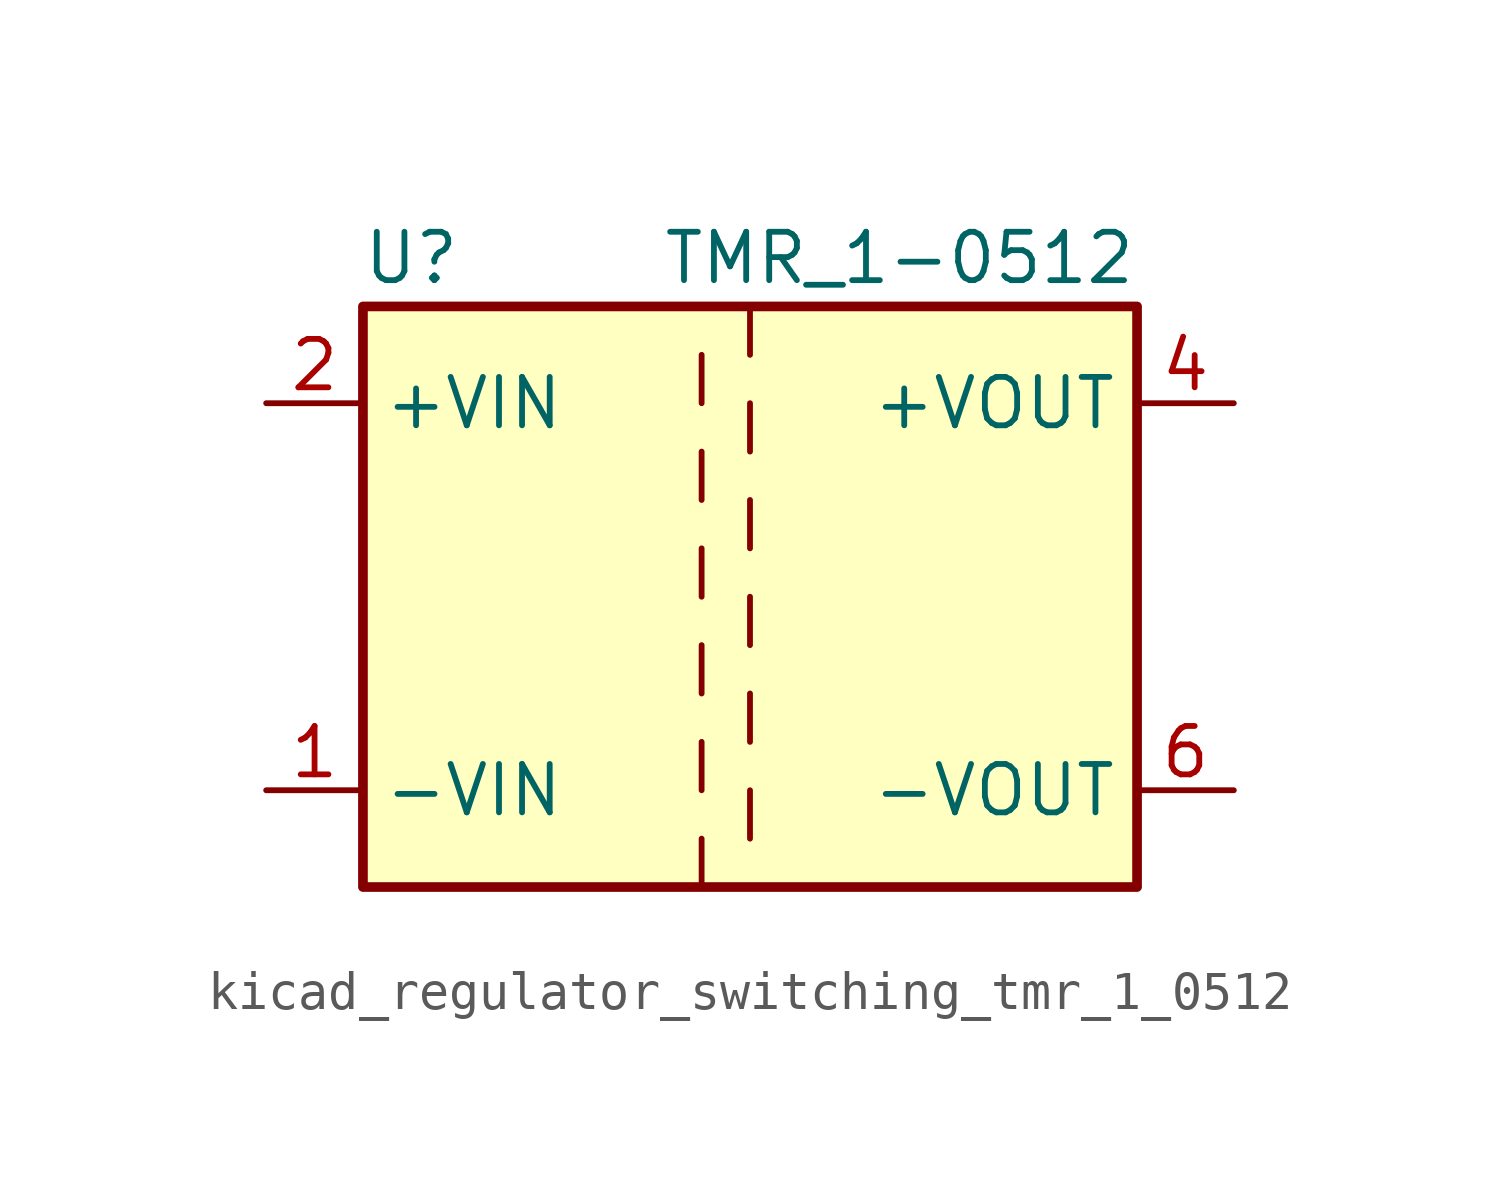
<source format=kicad_sym>
(kicad_symbol_lib
  (version 20220914)
  (generator kicad_symbol_editor)
  (symbol "kicad_regulator_switching_tmr_1_0512"
    (property "Reference" "U"
      (at -8.89 8.89 0)
      (effects (font (size 1.27 1.27))))
    (property "Value" "TMR_1-0512"
      (at 10.16 8.89 0)
      (effects (font (size 1.27 1.27)) (justify right)))
    (symbol "kicad_regulator_switching_tmr_1_0512_0_1"
      (rectangle (start -10.16 7.62) (end 10.16 -7.62) (stroke (width 0.254) (type default)) (fill (type background)))
      (polyline (pts (xy -1.27 -7.62) (xy -1.27 -6.35)) (stroke (width 0) (type default)) (fill (type none)))
      (polyline (pts (xy -1.27 -5.08) (xy -1.27 -3.81)) (stroke (width 0) (type default)) (fill (type none)))
      (polyline (pts (xy -1.27 -2.54) (xy -1.27 -1.27)) (stroke (width 0) (type default)) (fill (type none)))
      (polyline (pts (xy -1.27 0) (xy -1.27 1.27)) (stroke (width 0) (type default)) (fill (type none)))
      (polyline (pts (xy -1.27 2.54) (xy -1.27 3.81)) (stroke (width 0) (type default)) (fill (type none)))
      (polyline (pts (xy -1.27 5.08) (xy -1.27 6.35)) (stroke (width 0) (type default)) (fill (type none)))
      (polyline (pts (xy 0 -5.08) (xy 0 -6.35)) (stroke (width 0) (type default)) (fill (type none)))
      (polyline (pts (xy 0 -2.54) (xy 0 -3.81)) (stroke (width 0) (type default)) (fill (type none)))
      (polyline (pts (xy 0 0) (xy 0 -1.27)) (stroke (width 0) (type default)) (fill (type none)))
      (polyline (pts (xy 0 2.54) (xy 0 1.27)) (stroke (width 0) (type default)) (fill (type none)))
      (polyline (pts (xy 0 5.08) (xy 0 3.81)) (stroke (width 0) (type default)) (fill (type none)))
      (polyline (pts (xy 0 7.62) (xy 0 6.35)) (stroke (width 0) (type default)) (fill (type none))))
    (symbol "kicad_regulator_switching_tmr_1_0512_1_1"
      (pin power_in line (at -12.7 -5.08 0) (length 2.54) (name "-VIN" (effects (font (size 1.27 1.27)))) (number "1" (effects (font (size 1.27 1.27)))))
      (pin power_in line (at -12.7 5.08 0) (length 2.54) (name "+VIN" (effects (font (size 1.27 1.27)))) (number "2" (effects (font (size 1.27 1.27)))))
      (pin power_out line (at 12.7 5.08 180) (length 2.54) (name "+VOUT" (effects (font (size 1.27 1.27)))) (number "4" (effects (font (size 1.27 1.27)))))
      (pin power_out line (at 12.7 -5.08 180) (length 2.54) (name "-VOUT" (effects (font (size 1.27 1.27)))) (number "6" (effects (font (size 1.27 1.27))))))))
</source>
